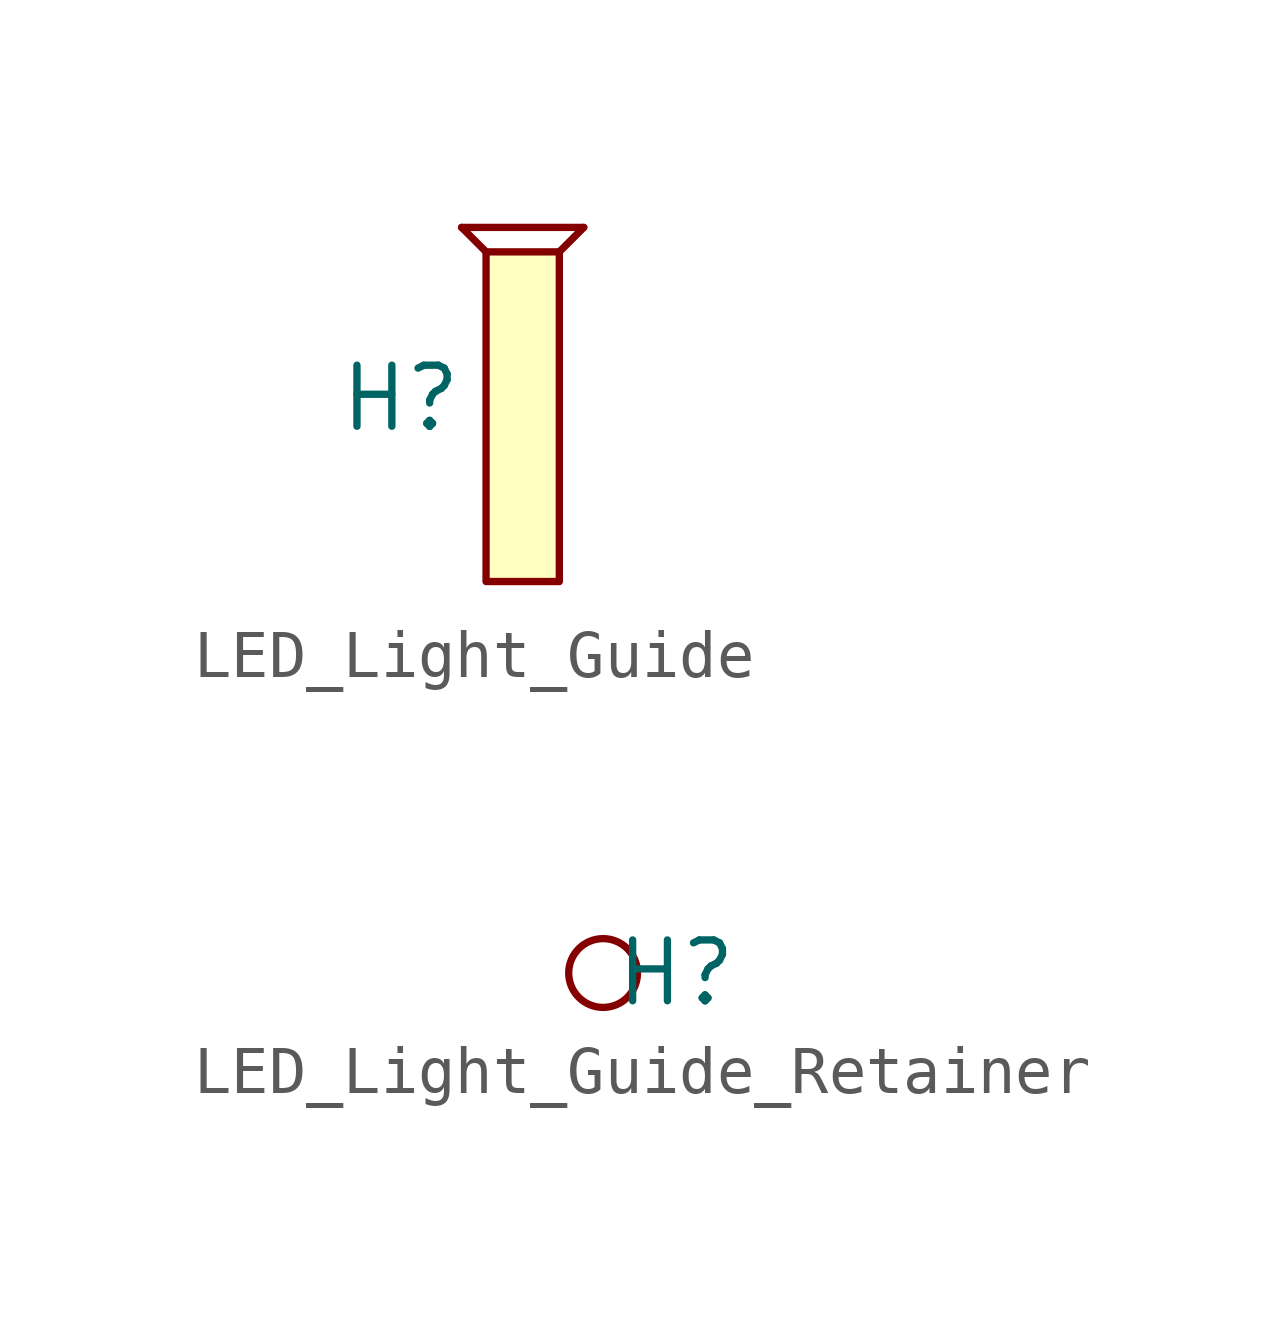
<source format=kicad_sym>
(kicad_symbol_lib
  (version 20220914)
  (generator kicad_symbol_editor)
  (symbol "LED_Light_Guide"
    (property "Reference" "H"
      (at -2.54 0 0)
      (effects (font (size 1.27 1.27))))
    (property "Value" ""
      (at 0 -2.032 0)
      (effects (font (size 1.27 1.27))))
    (symbol "LED_Light_Guide_1_1"
      (rectangle (start -0.762 3.048) (end 0.762 -3.81) (stroke (width 0) (type default)) (fill (type background)))
      (polyline (pts (xy -0.762 3.048) (xy -1.27 3.556)) (stroke (width 0) (type default)) (fill (type none)))
      (polyline (pts (xy 0.762 3.048) (xy 1.27 3.556)) (stroke (width 0) (type default)) (fill (type none)))
      (polyline (pts (xy 1.27 3.556) (xy -1.27 3.556)) (stroke (width 0) (type default)) (fill (type none)))))
  (symbol "LED_Light_Guide_Retainer"
    (property "Reference" "H"
      (at 1.524 0 0)
      (effects (font (size 1.27 1.27))))
    (property "Value" ""
      (at 0 0 0)
      (effects (font (size 1.27 1.27))))
    (symbol "LED_Light_Guide_Retainer_0_1"
      (circle (center 0 0) (radius 0.718) (stroke (width 0) (type default)) (fill (type none))))))
</source>
